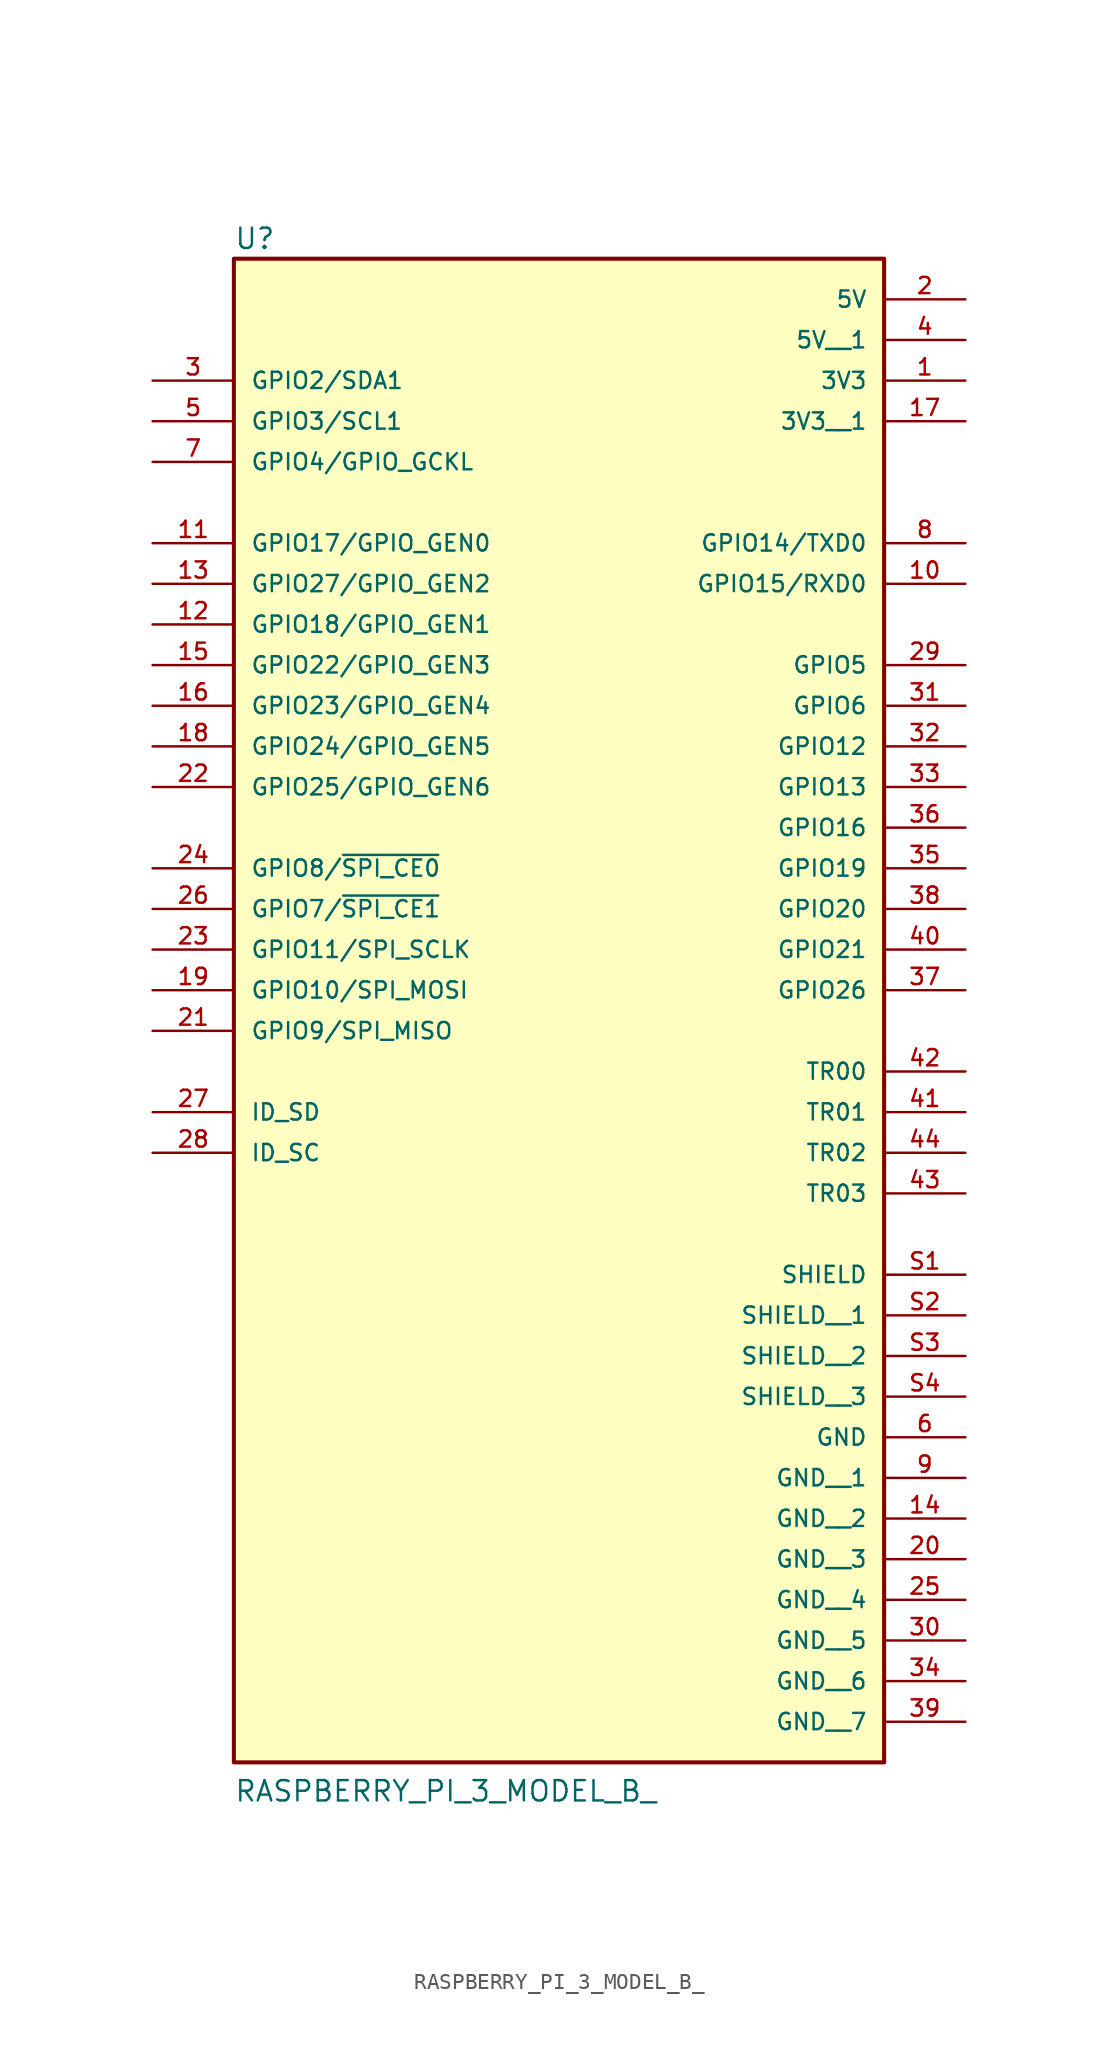
<source format=kicad_sym>
(kicad_symbol_lib
  (version 20211014)
  (generator kicad_symbol_editor)
  (symbol "RASPBERRY_PI_3_MODEL_B_"
    (pin_names
      (offset 1.016))
    (property "Reference" "U"
      (at -20.32 33.528 0)
      (effects (font (size 1.27 1.27)) (justify bottom left)))
    (property "Value" "RASPBERRY_PI_3_MODEL_B_"
      (at -20.32 -63.5 0)
      (effects (font (size 1.27 1.27)) (justify bottom left)))
    (symbol "RASPBERRY_PI_3_MODEL_B__0_0"
      (rectangle (start -20.32 -60.96) (end 20.32 33.02) (stroke (width 0.254)) (fill (type background)))
      (pin power_in line (at 25.4 30.48 180.0) (length 5.08) (name "5V" (effects (font (size 1.016 1.016)))) (number "2" (effects (font (size 1.016 1.016)))))
      (pin power_in line (at 25.4 25.4 180.0) (length 5.08) (name "3V3" (effects (font (size 1.016 1.016)))) (number "1" (effects (font (size 1.016 1.016)))))
      (pin bidirectional line (at -25.4 25.4 0) (length 5.08) (name "GPIO2/SDA1" (effects (font (size 1.016 1.016)))) (number "3" (effects (font (size 1.016 1.016)))))
      (pin bidirectional line (at -25.4 22.86 0) (length 5.08) (name "GPIO3/SCL1" (effects (font (size 1.016 1.016)))) (number "5" (effects (font (size 1.016 1.016)))))
      (pin bidirectional line (at -25.4 20.32 0) (length 5.08) (name "GPIO4/GPIO_GCKL" (effects (font (size 1.016 1.016)))) (number "7" (effects (font (size 1.016 1.016)))))
      (pin bidirectional line (at 25.4 15.24 180.0) (length 5.08) (name "GPIO14/TXD0" (effects (font (size 1.016 1.016)))) (number "8" (effects (font (size 1.016 1.016)))))
      (pin power_in line (at 25.4 -40.64 180.0) (length 5.08) (name "GND" (effects (font (size 1.016 1.016)))) (number "6" (effects (font (size 1.016 1.016)))))
      (pin bidirectional line (at 25.4 12.7 180.0) (length 5.08) (name "GPIO15/RXD0" (effects (font (size 1.016 1.016)))) (number "10" (effects (font (size 1.016 1.016)))))
      (pin bidirectional line (at -25.4 15.24 0) (length 5.08) (name "GPIO17/GPIO_GEN0" (effects (font (size 1.016 1.016)))) (number "11" (effects (font (size 1.016 1.016)))))
      (pin bidirectional line (at -25.4 10.16 0) (length 5.08) (name "GPIO18/GPIO_GEN1" (effects (font (size 1.016 1.016)))) (number "12" (effects (font (size 1.016 1.016)))))
      (pin bidirectional line (at -25.4 12.7 0) (length 5.08) (name "GPIO27/GPIO_GEN2" (effects (font (size 1.016 1.016)))) (number "13" (effects (font (size 1.016 1.016)))))
      (pin bidirectional line (at -25.4 7.62 0) (length 5.08) (name "GPIO22/GPIO_GEN3" (effects (font (size 1.016 1.016)))) (number "15" (effects (font (size 1.016 1.016)))))
      (pin bidirectional line (at -25.4 5.08 0) (length 5.08) (name "GPIO23/GPIO_GEN4" (effects (font (size 1.016 1.016)))) (number "16" (effects (font (size 1.016 1.016)))))
      (pin bidirectional line (at -25.4 2.54 0) (length 5.08) (name "GPIO24/GPIO_GEN5" (effects (font (size 1.016 1.016)))) (number "18" (effects (font (size 1.016 1.016)))))
      (pin bidirectional line (at -25.4 -12.7 0) (length 5.08) (name "GPIO10/SPI_MOSI" (effects (font (size 1.016 1.016)))) (number "19" (effects (font (size 1.016 1.016)))))
      (pin bidirectional line (at -25.4 -15.24 0) (length 5.08) (name "GPIO9/SPI_MISO" (effects (font (size 1.016 1.016)))) (number "21" (effects (font (size 1.016 1.016)))))
      (pin bidirectional line (at -25.4 0.0 0) (length 5.08) (name "GPIO25/GPIO_GEN6" (effects (font (size 1.016 1.016)))) (number "22" (effects (font (size 1.016 1.016)))))
      (pin bidirectional line (at -25.4 -10.16 0) (length 5.08) (name "GPIO11/SPI_SCLK" (effects (font (size 1.016 1.016)))) (number "23" (effects (font (size 1.016 1.016)))))
      (pin bidirectional line (at -25.4 -5.08 0) (length 5.08) (name "GPIO8/~{SPI_CE0}" (effects (font (size 1.016 1.016)))) (number "24" (effects (font (size 1.016 1.016)))))
      (pin bidirectional line (at -25.4 -7.62 0) (length 5.08) (name "GPIO7/~{SPI_CE1}" (effects (font (size 1.016 1.016)))) (number "26" (effects (font (size 1.016 1.016)))))
      (pin bidirectional line (at -25.4 -20.32 0) (length 5.08) (name "ID_SD" (effects (font (size 1.016 1.016)))) (number "27" (effects (font (size 1.016 1.016)))))
      (pin bidirectional line (at -25.4 -22.86 0) (length 5.08) (name "ID_SC" (effects (font (size 1.016 1.016)))) (number "28" (effects (font (size 1.016 1.016)))))
      (pin bidirectional line (at 25.4 7.62 180.0) (length 5.08) (name "GPIO5" (effects (font (size 1.016 1.016)))) (number "29" (effects (font (size 1.016 1.016)))))
      (pin bidirectional line (at 25.4 5.08 180.0) (length 5.08) (name "GPIO6" (effects (font (size 1.016 1.016)))) (number "31" (effects (font (size 1.016 1.016)))))
      (pin bidirectional line (at 25.4 2.54 180.0) (length 5.08) (name "GPIO12" (effects (font (size 1.016 1.016)))) (number "32" (effects (font (size 1.016 1.016)))))
      (pin bidirectional line (at 25.4 0.0 180.0) (length 5.08) (name "GPIO13" (effects (font (size 1.016 1.016)))) (number "33" (effects (font (size 1.016 1.016)))))
      (pin bidirectional line (at 25.4 -5.08 180.0) (length 5.08) (name "GPIO19" (effects (font (size 1.016 1.016)))) (number "35" (effects (font (size 1.016 1.016)))))
      (pin bidirectional line (at 25.4 -2.54 180.0) (length 5.08) (name "GPIO16" (effects (font (size 1.016 1.016)))) (number "36" (effects (font (size 1.016 1.016)))))
      (pin bidirectional line (at 25.4 -12.7 180.0) (length 5.08) (name "GPIO26" (effects (font (size 1.016 1.016)))) (number "37" (effects (font (size 1.016 1.016)))))
      (pin bidirectional line (at 25.4 -7.62 180.0) (length 5.08) (name "GPIO20" (effects (font (size 1.016 1.016)))) (number "38" (effects (font (size 1.016 1.016)))))
      (pin bidirectional line (at 25.4 -10.16 180.0) (length 5.08) (name "GPIO21" (effects (font (size 1.016 1.016)))) (number "40" (effects (font (size 1.016 1.016)))))
      (pin power_in line (at 25.4 -30.48 180.0) (length 5.08) (name "SHIELD" (effects (font (size 1.016 1.016)))) (number "S1" (effects (font (size 1.016 1.016)))))
      (pin bidirectional line (at 25.4 -22.86 180.0) (length 5.08) (name "TR02" (effects (font (size 1.016 1.016)))) (number "44" (effects (font (size 1.016 1.016)))))
      (pin bidirectional line (at 25.4 -20.32 180.0) (length 5.08) (name "TR01" (effects (font (size 1.016 1.016)))) (number "41" (effects (font (size 1.016 1.016)))))
      (pin bidirectional line (at 25.4 -17.78 180.0) (length 5.08) (name "TR00" (effects (font (size 1.016 1.016)))) (number "42" (effects (font (size 1.016 1.016)))))
      (pin bidirectional line (at 25.4 -25.4 180.0) (length 5.08) (name "TR03" (effects (font (size 1.016 1.016)))) (number "43" (effects (font (size 1.016 1.016)))))
      (pin power_in line (at 25.4 27.94 180.0) (length 5.08) (name "5V__1" (effects (font (size 1.016 1.016)))) (number "4" (effects (font (size 1.016 1.016)))))
      (pin power_in line (at 25.4 22.86 180.0) (length 5.08) (name "3V3__1" (effects (font (size 1.016 1.016)))) (number "17" (effects (font (size 1.016 1.016)))))
      (pin power_in line (at 25.4 -33.02 180.0) (length 5.08) (name "SHIELD__1" (effects (font (size 1.016 1.016)))) (number "S2" (effects (font (size 1.016 1.016)))))
      (pin power_in line (at 25.4 -35.56 180.0) (length 5.08) (name "SHIELD__2" (effects (font (size 1.016 1.016)))) (number "S3" (effects (font (size 1.016 1.016)))))
      (pin power_in line (at 25.4 -38.1 180.0) (length 5.08) (name "SHIELD__3" (effects (font (size 1.016 1.016)))) (number "S4" (effects (font (size 1.016 1.016)))))
      (pin power_in line (at 25.4 -43.18 180.0) (length 5.08) (name "GND__1" (effects (font (size 1.016 1.016)))) (number "9" (effects (font (size 1.016 1.016)))))
      (pin power_in line (at 25.4 -45.72 180.0) (length 5.08) (name "GND__2" (effects (font (size 1.016 1.016)))) (number "14" (effects (font (size 1.016 1.016)))))
      (pin power_in line (at 25.4 -48.26 180.0) (length 5.08) (name "GND__3" (effects (font (size 1.016 1.016)))) (number "20" (effects (font (size 1.016 1.016)))))
      (pin power_in line (at 25.4 -50.8 180.0) (length 5.08) (name "GND__4" (effects (font (size 1.016 1.016)))) (number "25" (effects (font (size 1.016 1.016)))))
      (pin power_in line (at 25.4 -53.34 180.0) (length 5.08) (name "GND__5" (effects (font (size 1.016 1.016)))) (number "30" (effects (font (size 1.016 1.016)))))
      (pin power_in line (at 25.4 -55.88 180.0) (length 5.08) (name "GND__6" (effects (font (size 1.016 1.016)))) (number "34" (effects (font (size 1.016 1.016)))))
      (pin power_in line (at 25.4 -58.42 180.0) (length 5.08) (name "GND__7" (effects (font (size 1.016 1.016)))) (number "39" (effects (font (size 1.016 1.016))))))))
</source>
